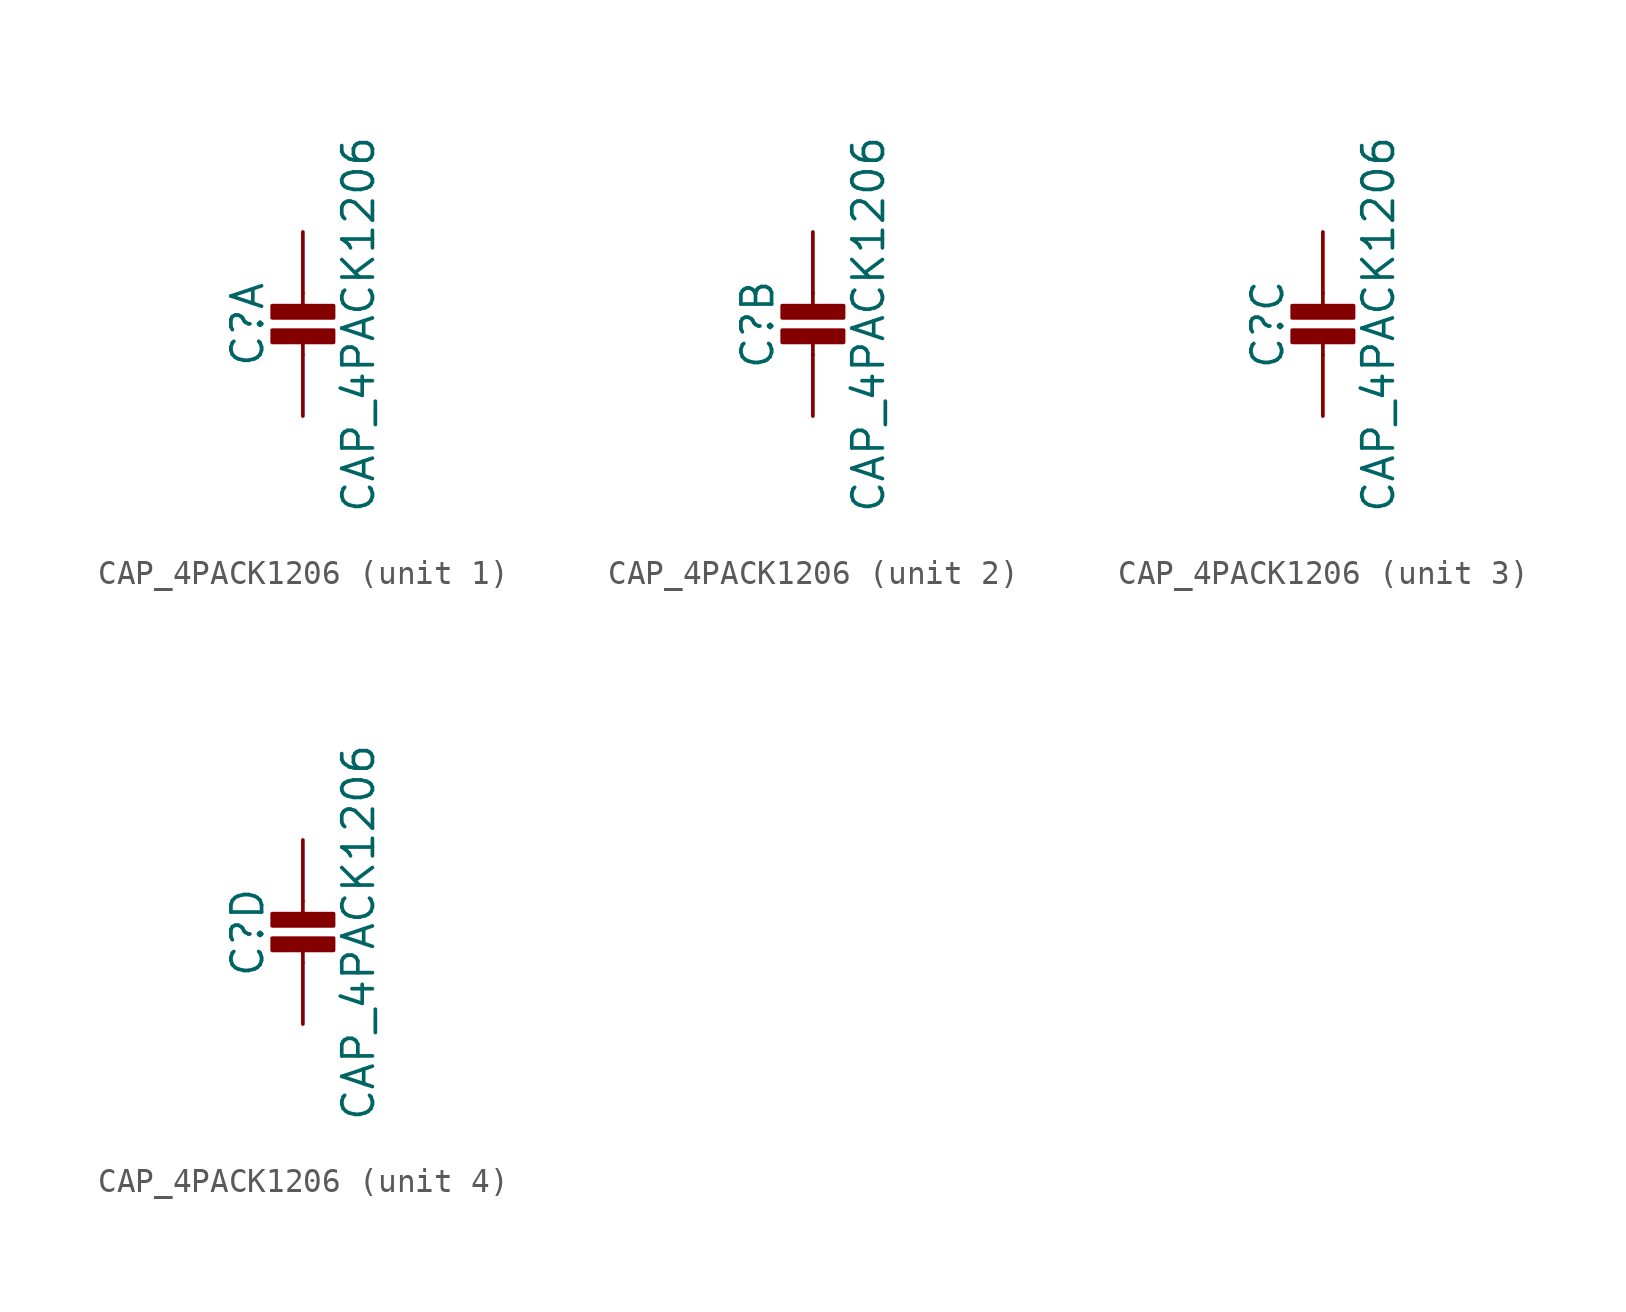
<source format=kicad_sym>
(kicad_symbol_lib
  (version 20211014)
  (generator kicad_symbol_editor)
  (symbol "CAP_4PACK1206"
    (property "Reference" "C"
      (at -2.29 1.25 90)
      (effects (font (size 1.27 1.27))))
    (property "Value" "CAP_4PACK1206"
      (at 2.3 1.25 90)
      (effects (font (size 1.27 1.27))))
    (property "ki_locked" ""
      (at 0 0 0)
      (effects (font (size 1.27 1.27))))
    (symbol "CAP_4PACK1206_1_0"
      (rectangle (start -1.27 0.508) (end 1.27 1.016) (stroke (width 0) (type default) (color 0 0 0 0)) (fill (type outline)))
      (rectangle (start -1.27 1.524) (end 1.27 2.032) (stroke (width 0) (type default) (color 0 0 0 0)) (fill (type outline)))
      (polyline (pts (xy 0 0.762) (xy 0 0)) (stroke (width 0.152) (type default) (color 0 0 0 0)) (fill (type none)))
      (polyline (pts (xy 0 2.54) (xy 0 1.778)) (stroke (width 0.152) (type default) (color 0 0 0 0)) (fill (type none)))
      (pin passive line (at 0 5.08 270) (length 2.54) (name "1" (effects (font (size 0 0)))) (number "4" (effects (font (size 0 0)))))
      (pin passive line (at 0 -2.54 90) (length 2.54) (name "2" (effects (font (size 0 0)))) (number "5" (effects (font (size 0 0))))))
    (symbol "CAP_4PACK1206_2_0"
      (rectangle (start -1.27 0.508) (end 1.27 1.016) (stroke (width 0) (type default) (color 0 0 0 0)) (fill (type outline)))
      (rectangle (start -1.27 1.524) (end 1.27 2.032) (stroke (width 0) (type default) (color 0 0 0 0)) (fill (type outline)))
      (polyline (pts (xy 0 0.762) (xy 0 0)) (stroke (width 0.152) (type default) (color 0 0 0 0)) (fill (type none)))
      (polyline (pts (xy 0 2.54) (xy 0 1.778)) (stroke (width 0.152) (type default) (color 0 0 0 0)) (fill (type none)))
      (pin passive line (at 0 5.08 270) (length 2.54) (name "1" (effects (font (size 0 0)))) (number "3" (effects (font (size 0 0)))))
      (pin passive line (at 0 -2.54 90) (length 2.54) (name "2" (effects (font (size 0 0)))) (number "6" (effects (font (size 0 0))))))
    (symbol "CAP_4PACK1206_3_0"
      (rectangle (start -1.27 0.508) (end 1.27 1.016) (stroke (width 0) (type default) (color 0 0 0 0)) (fill (type outline)))
      (rectangle (start -1.27 1.524) (end 1.27 2.032) (stroke (width 0) (type default) (color 0 0 0 0)) (fill (type outline)))
      (polyline (pts (xy 0 0.762) (xy 0 0)) (stroke (width 0.152) (type default) (color 0 0 0 0)) (fill (type none)))
      (polyline (pts (xy 0 2.54) (xy 0 1.778)) (stroke (width 0.152) (type default) (color 0 0 0 0)) (fill (type none)))
      (pin passive line (at 0 5.08 270) (length 2.54) (name "1" (effects (font (size 0 0)))) (number "2" (effects (font (size 0 0)))))
      (pin passive line (at 0 -2.54 90) (length 2.54) (name "2" (effects (font (size 0 0)))) (number "7" (effects (font (size 0 0))))))
    (symbol "CAP_4PACK1206_4_0"
      (rectangle (start -1.27 0.508) (end 1.27 1.016) (stroke (width 0) (type default) (color 0 0 0 0)) (fill (type outline)))
      (rectangle (start -1.27 1.524) (end 1.27 2.032) (stroke (width 0) (type default) (color 0 0 0 0)) (fill (type outline)))
      (polyline (pts (xy 0 0.762) (xy 0 0)) (stroke (width 0.152) (type default) (color 0 0 0 0)) (fill (type none)))
      (polyline (pts (xy 0 2.54) (xy 0 1.778)) (stroke (width 0.152) (type default) (color 0 0 0 0)) (fill (type none)))
      (pin passive line (at 0 5.08 270) (length 2.54) (name "1" (effects (font (size 0 0)))) (number "1" (effects (font (size 0 0)))))
      (pin passive line (at 0 -2.54 90) (length 2.54) (name "2" (effects (font (size 0 0)))) (number "8" (effects (font (size 0 0))))))))
</source>
